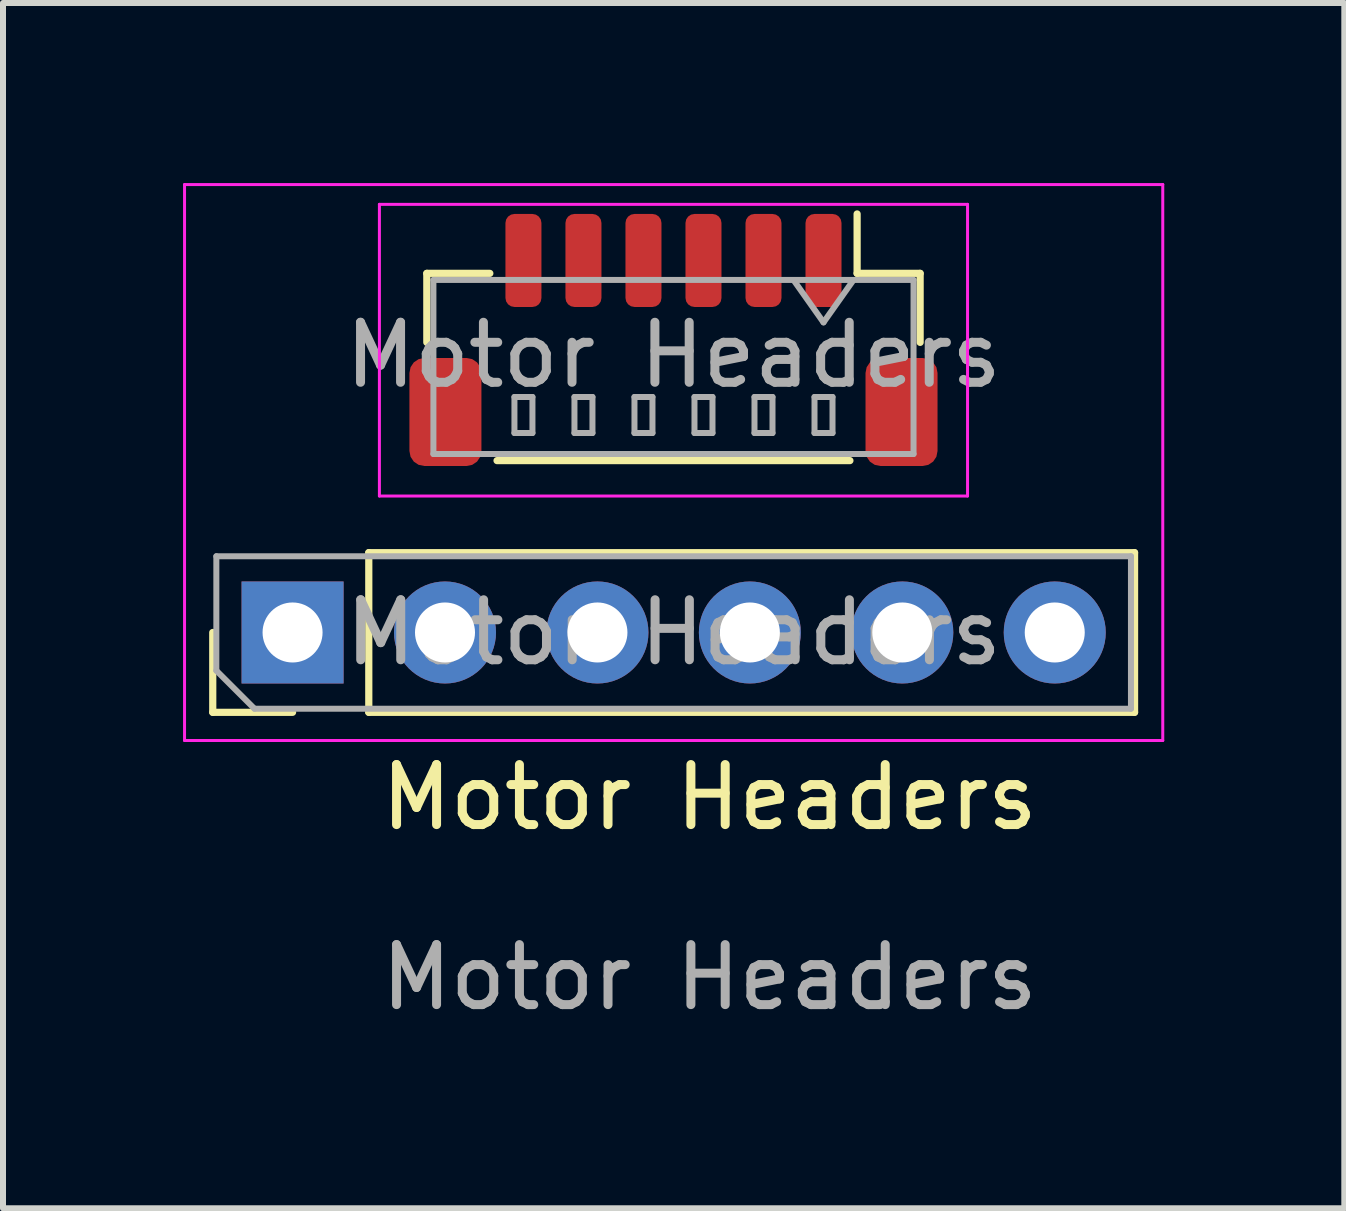
<source format=kicad_pcb>
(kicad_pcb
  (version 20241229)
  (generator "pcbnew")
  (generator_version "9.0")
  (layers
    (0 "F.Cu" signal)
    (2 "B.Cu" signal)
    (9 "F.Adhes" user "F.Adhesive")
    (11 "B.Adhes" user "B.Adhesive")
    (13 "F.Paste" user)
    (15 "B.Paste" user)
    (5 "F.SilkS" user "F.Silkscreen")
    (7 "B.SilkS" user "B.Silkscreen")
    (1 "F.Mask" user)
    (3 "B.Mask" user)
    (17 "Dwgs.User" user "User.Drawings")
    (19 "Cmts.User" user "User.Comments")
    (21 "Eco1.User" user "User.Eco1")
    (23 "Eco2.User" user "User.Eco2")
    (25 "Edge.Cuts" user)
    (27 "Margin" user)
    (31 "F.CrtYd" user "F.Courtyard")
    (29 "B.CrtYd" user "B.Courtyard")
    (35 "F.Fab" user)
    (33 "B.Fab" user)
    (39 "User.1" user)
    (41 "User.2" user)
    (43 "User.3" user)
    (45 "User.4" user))
  (footprint "Motor Headers"
    (layer "F.Cu")
    (at 8.772 10.735)
    (property "Reference" "Motor Headers" (at 0 -0.5 0) (unlocked yes) (layer "F.SilkS") (effects (font (size 1 1) (thickness 0.15))))
    (attr through_hole)
    (fp_line (start -8.277 -1.916) (end -8.277 -3.246) (stroke (width 0.12) (type solid)) (layer "F.SilkS"))
    (fp_line (start -6.947 -1.916) (end -8.277 -1.916) (stroke (width 0.12) (type solid)) (layer "F.SilkS"))
    (fp_line (start -5.677 -4.576) (end 7.083 -4.576) (stroke (width 0.12) (type solid)) (layer "F.SilkS"))
    (fp_line (start -5.677 -1.916) (end -5.677 -4.576) (stroke (width 0.12) (type solid)) (layer "F.SilkS"))
    (fp_line (start -5.677 -1.916) (end 7.083 -1.916) (stroke (width 0.12) (type solid)) (layer "F.SilkS"))
    (fp_line (start -4.71 -9.23) (end -3.66 -9.23) (stroke (width 0.12) (type solid)) (layer "F.SilkS"))
    (fp_line (start -4.71 -8.08) (end -4.71 -9.23) (stroke (width 0.12) (type solid)) (layer "F.SilkS"))
    (fp_line (start 2.34 -6.11) (end -3.54 -6.11) (stroke (width 0.12) (type solid)) (layer "F.SilkS"))
    (fp_line (start 2.46 -9.23) (end 2.46 -10.22) (stroke (width 0.12) (type solid)) (layer "F.SilkS"))
    (fp_line (start 3.51 -9.23) (end 2.46 -9.23) (stroke (width 0.12) (type solid)) (layer "F.SilkS"))
    (fp_line (start 3.51 -8.08) (end 3.51 -9.23) (stroke (width 0.12) (type solid)) (layer "F.SilkS"))
    (fp_line (start 7.083 -1.916) (end 7.083 -4.576) (stroke (width 0.12) (type solid)) (layer "F.SilkS"))
    (fp_line (start -8.747 -10.71) (end -8.747 -1.446) (stroke (width 0.05) (type solid)) (layer "F.CrtYd"))
    (fp_line (start -8.747 -1.446) (end 7.553 -1.446) (stroke (width 0.05) (type solid)) (layer "F.CrtYd"))
    (fp_line (start -5.5 -10.38) (end -5.5 -5.52) (stroke (width 0.05) (type solid)) (layer "F.CrtYd"))
    (fp_line (start -5.5 -5.52) (end 4.3 -5.52) (stroke (width 0.05) (type solid)) (layer "F.CrtYd"))
    (fp_line (start 4.3 -10.38) (end -5.5 -10.38) (stroke (width 0.05) (type solid)) (layer "F.CrtYd"))
    (fp_line (start 4.3 -5.52) (end 4.3 -10.38) (stroke (width 0.05) (type solid)) (layer "F.CrtYd"))
    (fp_line (start 7.553 -10.71) (end -8.747 -10.71) (stroke (width 0.05) (type solid)) (layer "F.CrtYd"))
    (fp_line (start 7.553 -1.446) (end 7.553 -10.71) (stroke (width 0.05) (type solid)) (layer "F.CrtYd"))
    (fp_line (start -8.217 -4.516) (end 7.023 -4.516) (stroke (width 0.1) (type solid)) (layer "F.Fab"))
    (fp_line (start -8.217 -2.611) (end -8.217 -4.516) (stroke (width 0.1) (type solid)) (layer "F.Fab"))
    (fp_line (start -7.582 -1.976) (end -8.217 -2.611) (stroke (width 0.1) (type solid)) (layer "F.Fab"))
    (fp_line (start -4.6 -9.12) (end -4.6 -6.22) (stroke (width 0.1) (type solid)) (layer "F.Fab"))
    (fp_line (start -3.25 -7.17) (end -3.25 -6.57) (stroke (width 0.1) (type solid)) (layer "F.Fab"))
    (fp_line (start -3.25 -6.57) (end -2.95 -6.57) (stroke (width 0.1) (type solid)) (layer "F.Fab"))
    (fp_line (start -2.95 -7.17) (end -3.25 -7.17) (stroke (width 0.1) (type solid)) (layer "F.Fab"))
    (fp_line (start -2.95 -6.57) (end -2.95 -7.17) (stroke (width 0.1) (type solid)) (layer "F.Fab"))
    (fp_line (start -2.25 -7.17) (end -2.25 -6.57) (stroke (width 0.1) (type solid)) (layer "F.Fab"))
    (fp_line (start -2.25 -6.57) (end -1.95 -6.57) (stroke (width 0.1) (type solid)) (layer "F.Fab"))
    (fp_line (start -1.95 -7.17) (end -2.25 -7.17) (stroke (width 0.1) (type solid)) (layer "F.Fab"))
    (fp_line (start -1.95 -6.57) (end -1.95 -7.17) (stroke (width 0.1) (type solid)) (layer "F.Fab"))
    (fp_line (start -1.25 -7.17) (end -1.25 -6.57) (stroke (width 0.1) (type solid)) (layer "F.Fab"))
    (fp_line (start -1.25 -6.57) (end -0.95 -6.57) (stroke (width 0.1) (type solid)) (layer "F.Fab"))
    (fp_line (start -0.95 -7.17) (end -1.25 -7.17) (stroke (width 0.1) (type solid)) (layer "F.Fab"))
    (fp_line (start -0.95 -6.57) (end -0.95 -7.17) (stroke (width 0.1) (type solid)) (layer "F.Fab"))
    (fp_line (start -0.25 -7.17) (end -0.25 -6.57) (stroke (width 0.1) (type solid)) (layer "F.Fab"))
    (fp_line (start -0.25 -6.57) (end 0.05 -6.57) (stroke (width 0.1) (type solid)) (layer "F.Fab"))
    (fp_line (start 0.05 -7.17) (end -0.25 -7.17) (stroke (width 0.1) (type solid)) (layer "F.Fab"))
    (fp_line (start 0.05 -6.57) (end 0.05 -7.17) (stroke (width 0.1) (type solid)) (layer "F.Fab"))
    (fp_line (start 0.75 -7.17) (end 0.75 -6.57) (stroke (width 0.1) (type solid)) (layer "F.Fab"))
    (fp_line (start 0.75 -6.57) (end 1.05 -6.57) (stroke (width 0.1) (type solid)) (layer "F.Fab"))
    (fp_line (start 1.05 -7.17) (end 0.75 -7.17) (stroke (width 0.1) (type solid)) (layer "F.Fab"))
    (fp_line (start 1.05 -6.57) (end 1.05 -7.17) (stroke (width 0.1) (type solid)) (layer "F.Fab"))
    (fp_line (start 1.75 -7.17) (end 1.75 -6.57) (stroke (width 0.1) (type solid)) (layer "F.Fab"))
    (fp_line (start 1.75 -6.57) (end 2.05 -6.57) (stroke (width 0.1) (type solid)) (layer "F.Fab"))
    (fp_line (start 1.9 -8.413) (end 1.4 -9.12) (stroke (width 0.1) (type solid)) (layer "F.Fab"))
    (fp_line (start 2.05 -7.17) (end 1.75 -7.17) (stroke (width 0.1) (type solid)) (layer "F.Fab"))
    (fp_line (start 2.05 -6.57) (end 2.05 -7.17) (stroke (width 0.1) (type solid)) (layer "F.Fab"))
    (fp_line (start 2.4 -9.12) (end 1.9 -8.413) (stroke (width 0.1) (type solid)) (layer "F.Fab"))
    (fp_line (start 3.4 -9.12) (end -4.6 -9.12) (stroke (width 0.1) (type solid)) (layer "F.Fab"))
    (fp_line (start 3.4 -9.12) (end 3.4 -6.22) (stroke (width 0.1) (type solid)) (layer "F.Fab"))
    (fp_line (start 3.4 -6.22) (end -4.6 -6.22) (stroke (width 0.1) (type solid)) (layer "F.Fab"))
    (fp_line (start 7.023 -4.516) (end 7.023 -1.976) (stroke (width 0.1) (type solid)) (layer "F.Fab"))
    (fp_line (start 7.023 -1.976) (end -7.582 -1.976) (stroke (width 0.1) (type solid)) (layer "F.Fab"))
    (fp_text user "${REFERENCE}" (at -0.6 -7.87 0) (layer "F.Fab") (effects (font (size 1 1) (thickness 0.15))))
    (fp_text user "${REFERENCE}" (at 0 2.5 0) (unlocked yes) (layer "F.Fab") (effects (font (size 1 1) (thickness 0.15))))
    (fp_text user "${REFERENCE}" (at -0.597 -3.246 0) (layer "F.Fab") (effects (font (size 1 1) (thickness 0.15))))
    (pad "1" thru_hole rect (at -6.947 -3.246 90) (size 1.7 1.7) (drill 1) (layers "*.Cu" "*.Mask"))
    (pad "1" smd roundrect (at -3.1 -9.445 180) (size 0.6 1.55) (layers "F.Cu" "F.Mask" "F.Paste") (roundrect_rratio 0.25))
    (pad "2" thru_hole oval (at -4.407 -3.246 90) (size 1.7 1.7) (drill 1) (layers "*.Cu" "*.Mask"))
    (pad "2" smd roundrect (at -2.1 -9.445 180) (size 0.6 1.55) (layers "F.Cu" "F.Mask" "F.Paste") (roundrect_rratio 0.25))
    (pad "3" thru_hole oval (at -1.867 -3.246 90) (size 1.7 1.7) (drill 1) (layers "*.Cu" "*.Mask"))
    (pad "3" smd roundrect (at -1.1 -9.445 180) (size 0.6 1.55) (layers "F.Cu" "F.Mask" "F.Paste") (roundrect_rratio 0.25))
    (pad "4" smd roundrect (at -0.1 -9.445 180) (size 0.6 1.55) (layers "F.Cu" "F.Mask" "F.Paste") (roundrect_rratio 0.25))
    (pad "4" thru_hole oval (at 0.673 -3.246 90) (size 1.7 1.7) (drill 1) (layers "*.Cu" "*.Mask"))
    (pad "5" smd roundrect (at 0.9 -9.445 180) (size 0.6 1.55) (layers "F.Cu" "F.Mask" "F.Paste") (roundrect_rratio 0.25))
    (pad "5" thru_hole oval (at 3.213 -3.246 90) (size 1.7 1.7) (drill 1) (layers "*.Cu" "*.Mask"))
    (pad "6" smd roundrect (at 1.9 -9.445 180) (size 0.6 1.55) (layers "F.Cu" "F.Mask" "F.Paste") (roundrect_rratio 0.25))
    (pad "6" thru_hole oval (at 5.753 -3.246 90) (size 1.7 1.7) (drill 1) (layers "*.Cu" "*.Mask"))
    (pad "MP" smd roundrect (at -4.4 -6.92 180) (size 1.2 1.8) (layers "F.Cu" "F.Mask" "F.Paste") (roundrect_rratio 0.208))
    (pad "MP" smd roundrect (at 3.2 -6.92 180) (size 1.2 1.8) (layers "F.Cu" "F.Mask" "F.Paste") (roundrect_rratio 0.208)))
  (gr_rect
    (start -3 -3)
    (end 19.35 17.083)
    (stroke (width 0.1) (type default))
    (fill no)
    (layer "Edge.Cuts")))
</source>
